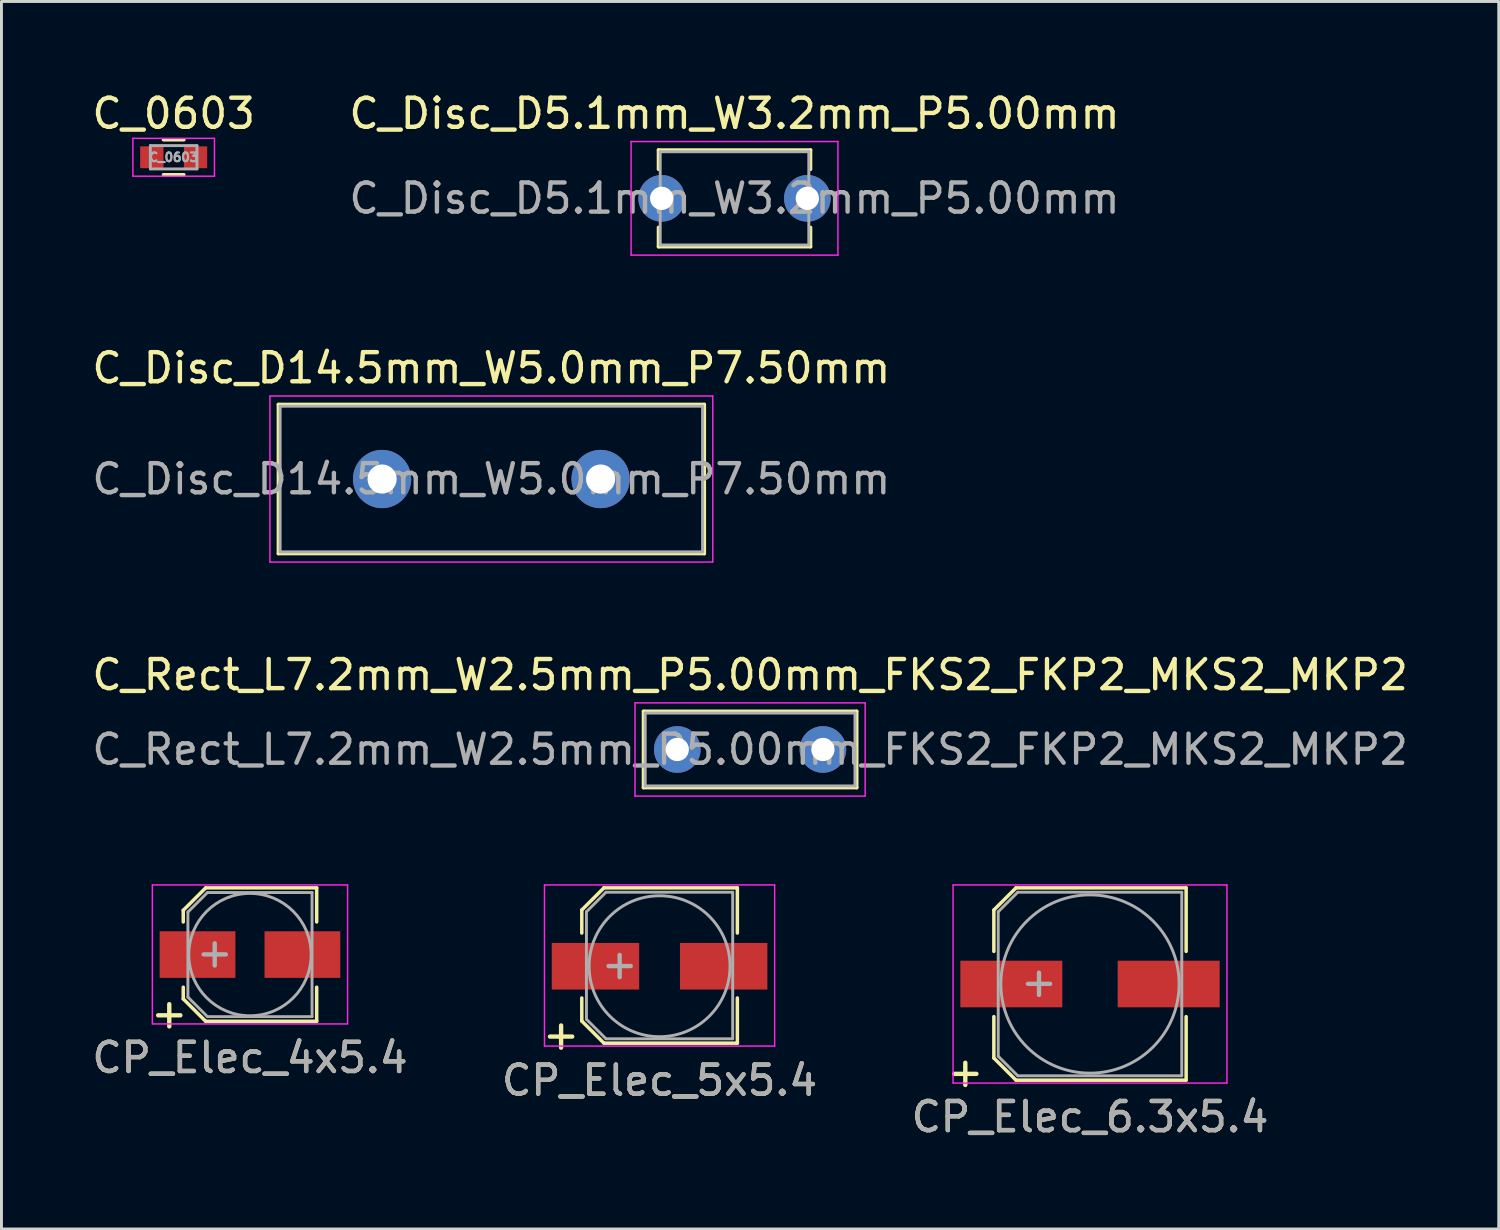
<source format=kicad_pcb>
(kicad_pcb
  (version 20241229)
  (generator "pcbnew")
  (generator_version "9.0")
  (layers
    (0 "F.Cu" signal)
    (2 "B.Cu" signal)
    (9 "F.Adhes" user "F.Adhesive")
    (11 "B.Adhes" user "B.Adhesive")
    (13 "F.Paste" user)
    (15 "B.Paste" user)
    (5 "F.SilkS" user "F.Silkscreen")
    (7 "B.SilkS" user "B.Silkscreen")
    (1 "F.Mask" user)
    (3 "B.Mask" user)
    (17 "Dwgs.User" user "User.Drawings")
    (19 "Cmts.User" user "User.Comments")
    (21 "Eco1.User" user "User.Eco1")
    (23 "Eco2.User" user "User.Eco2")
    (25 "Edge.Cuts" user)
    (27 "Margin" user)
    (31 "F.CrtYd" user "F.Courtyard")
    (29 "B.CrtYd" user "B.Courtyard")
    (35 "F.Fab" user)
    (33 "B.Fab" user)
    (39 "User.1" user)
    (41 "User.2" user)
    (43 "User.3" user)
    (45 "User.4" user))
  (footprint "C_Rect_L7.2mm_W2.5mm_P5.00mm_FKS2_FKP2_MKS2_MKP2"
    (layer "F.Cu")
    (at 20.196 22.675)
    (property "Reference" "C_Rect_L7.2mm_W2.5mm_P5.00mm_FKS2_FKP2_MKS2_MKP2" (at 2.5 -2.56 0) (layer "F.SilkS") (effects (font (size 1 1) (thickness 0.15))))
    (attr through_hole)
    (fp_line (start -1.16 -1.31) (end -1.16 1.31) (stroke (width 0.12) (type solid)) (layer "F.SilkS"))
    (fp_line (start -1.16 -1.31) (end 6.16 -1.31) (stroke (width 0.12) (type solid)) (layer "F.SilkS"))
    (fp_line (start -1.16 1.31) (end 6.16 1.31) (stroke (width 0.12) (type solid)) (layer "F.SilkS"))
    (fp_line (start 6.16 -1.31) (end 6.16 1.31) (stroke (width 0.12) (type solid)) (layer "F.SilkS"))
    (fp_line (start -1.45 -1.6) (end -1.45 1.6) (stroke (width 0.05) (type solid)) (layer "F.CrtYd"))
    (fp_line (start -1.45 1.6) (end 6.45 1.6) (stroke (width 0.05) (type solid)) (layer "F.CrtYd"))
    (fp_line (start 6.45 -1.6) (end -1.45 -1.6) (stroke (width 0.05) (type solid)) (layer "F.CrtYd"))
    (fp_line (start 6.45 1.6) (end 6.45 -1.6) (stroke (width 0.05) (type solid)) (layer "F.CrtYd"))
    (fp_line (start -1.1 -1.25) (end -1.1 1.25) (stroke (width 0.1) (type solid)) (layer "F.Fab"))
    (fp_line (start -1.1 1.25) (end 6.1 1.25) (stroke (width 0.1) (type solid)) (layer "F.Fab"))
    (fp_line (start 6.1 -1.25) (end -1.1 -1.25) (stroke (width 0.1) (type solid)) (layer "F.Fab"))
    (fp_line (start 6.1 1.25) (end 6.1 -1.25) (stroke (width 0.1) (type solid)) (layer "F.Fab"))
    (fp_text user "${REFERENCE}" (at 2.5 0 0) (layer "F.Fab") (effects (font (size 1 1) (thickness 0.15))))
    (pad "1" thru_hole circle (at 0 0) (size 1.6 1.6) (drill 0.8) (layers "*.Cu" "*.Mask"))
    (pad "2" thru_hole circle (at 5 0) (size 1.6 1.6) (drill 0.8) (layers "*.Cu" "*.Mask")))
  (footprint "C_Disc_D5.1mm_W3.2mm_P5.00mm"
    (layer "F.Cu")
    (at 19.661 3.758)
    (property "Reference" "C_Disc_D5.1mm_W3.2mm_P5.00mm" (at 2.5 -2.91 0) (layer "F.SilkS") (effects (font (size 1 1) (thickness 0.15))))
    (attr through_hole)
    (fp_line (start -0.11 -1.66) (end -0.11 -0.996) (stroke (width 0.12) (type solid)) (layer "F.SilkS"))
    (fp_line (start -0.11 -1.66) (end 5.11 -1.66) (stroke (width 0.12) (type solid)) (layer "F.SilkS"))
    (fp_line (start -0.11 0.996) (end -0.11 1.66) (stroke (width 0.12) (type solid)) (layer "F.SilkS"))
    (fp_line (start -0.11 1.66) (end 5.11 1.66) (stroke (width 0.12) (type solid)) (layer "F.SilkS"))
    (fp_line (start 5.11 -1.66) (end 5.11 -0.996) (stroke (width 0.12) (type solid)) (layer "F.SilkS"))
    (fp_line (start 5.11 0.996) (end 5.11 1.66) (stroke (width 0.12) (type solid)) (layer "F.SilkS"))
    (fp_line (start -1.05 -1.95) (end -1.05 1.95) (stroke (width 0.05) (type solid)) (layer "F.CrtYd"))
    (fp_line (start -1.05 1.95) (end 6.05 1.95) (stroke (width 0.05) (type solid)) (layer "F.CrtYd"))
    (fp_line (start 6.05 -1.95) (end -1.05 -1.95) (stroke (width 0.05) (type solid)) (layer "F.CrtYd"))
    (fp_line (start 6.05 1.95) (end 6.05 -1.95) (stroke (width 0.05) (type solid)) (layer "F.CrtYd"))
    (fp_line (start -0.05 -1.6) (end -0.05 1.6) (stroke (width 0.1) (type solid)) (layer "F.Fab"))
    (fp_line (start -0.05 1.6) (end 5.05 1.6) (stroke (width 0.1) (type solid)) (layer "F.Fab"))
    (fp_line (start 5.05 -1.6) (end -0.05 -1.6) (stroke (width 0.1) (type solid)) (layer "F.Fab"))
    (fp_line (start 5.05 1.6) (end 5.05 -1.6) (stroke (width 0.1) (type solid)) (layer "F.Fab"))
    (fp_text user "${REFERENCE}" (at 2.5 0 0) (layer "F.Fab") (effects (font (size 1 1) (thickness 0.15))))
    (pad "1" thru_hole circle (at 0 0) (size 1.6 1.6) (drill 0.8) (layers "*.Cu" "*.Mask"))
    (pad "2" thru_hole circle (at 5 0) (size 1.6 1.6) (drill 0.8) (layers "*.Cu" "*.Mask")))
  (footprint "CP_Elec_5x5.4"
    (layer "F.Cu")
    (at 19.589 30.115)
    (property "Reference" "CP_Elec_5x5.4" (at 0 3.92 0) (layer "F.SilkS") (effects (font (size 1 1) (thickness 0.15))))
    (attr smd)
    (fp_line (start -2.67 -1.93) (end -2.67 -1.14) (stroke (width 0.12) (type solid)) (layer "F.SilkS"))
    (fp_line (start -2.67 1.88) (end -2.67 1.09) (stroke (width 0.12) (type solid)) (layer "F.SilkS"))
    (fp_line (start -2.67 1.88) (end -1.91 2.64) (stroke (width 0.12) (type solid)) (layer "F.SilkS"))
    (fp_line (start -1.91 -2.69) (end -2.67 -1.93) (stroke (width 0.12) (type solid)) (layer "F.SilkS"))
    (fp_line (start -1.91 2.64) (end 2.67 2.64) (stroke (width 0.12) (type solid)) (layer "F.SilkS"))
    (fp_line (start 2.67 -2.69) (end -1.91 -2.69) (stroke (width 0.12) (type solid)) (layer "F.SilkS"))
    (fp_line (start 2.67 -2.69) (end 2.67 -1.14) (stroke (width 0.12) (type solid)) (layer "F.SilkS"))
    (fp_line (start 2.67 2.64) (end 2.67 1.09) (stroke (width 0.12) (type solid)) (layer "F.SilkS"))
    (fp_line (start -3.95 -2.79) (end -3.95 2.74) (stroke (width 0.05) (type solid)) (layer "F.CrtYd"))
    (fp_line (start -3.95 -2.79) (end 3.95 -2.79) (stroke (width 0.05) (type solid)) (layer "F.CrtYd"))
    (fp_line (start 3.95 2.74) (end -3.95 2.74) (stroke (width 0.05) (type solid)) (layer "F.CrtYd"))
    (fp_line (start 3.95 2.74) (end 3.95 -2.79) (stroke (width 0.05) (type solid)) (layer "F.CrtYd"))
    (fp_line (start -2.51 -1.87) (end -2.51 1.82) (stroke (width 0.1) (type solid)) (layer "F.Fab"))
    (fp_line (start -2.51 1.82) (end -1.84 2.49) (stroke (width 0.1) (type solid)) (layer "F.Fab"))
    (fp_line (start -1.84 -2.54) (end -2.51 -1.87) (stroke (width 0.1) (type solid)) (layer "F.Fab"))
    (fp_line (start -1.84 2.49) (end 2.51 2.49) (stroke (width 0.1) (type solid)) (layer "F.Fab"))
    (fp_line (start 2.51 -2.54) (end -1.84 -2.54) (stroke (width 0.1) (type solid)) (layer "F.Fab"))
    (fp_line (start 2.51 2.49) (end 2.51 -2.54) (stroke (width 0.1) (type solid)) (layer "F.Fab"))
    (fp_circle (center 0 0) (end 0.3 2.4) (stroke (width 0.1) (type solid)) (fill no) (layer "F.Fab"))
    (fp_text user "+" (at -3.38 2.34 0) (layer "F.SilkS") (effects (font (size 1 1) (thickness 0.15))))
    (fp_text user "+" (at -1.37 -0.08 0) (layer "F.Fab") (effects (font (size 1 1) (thickness 0.15))))
    (fp_text user "${REFERENCE}" (at 0 3.92 0) (layer "F.Fab") (effects (font (size 1 1) (thickness 0.15))))
    (pad "1" smd rect (at -2.2 0 180) (size 3 1.6) (layers "F.Cu" "F.Mask" "F.Paste"))
    (pad "2" smd rect (at 2.2 0 180) (size 3 1.6) (layers "F.Cu" "F.Mask" "F.Paste")))
  (footprint "CP_Elec_6.3x5.4"
    (layer "F.Cu")
    (at 34.363 30.725)
    (property "Reference" "CP_Elec_6.3x5.4" (at 0 4.56 0) (layer "F.SilkS") (effects (font (size 1 1) (thickness 0.15))))
    (attr smd)
    (fp_line (start -3.3 -2.54) (end -3.3 -1.12) (stroke (width 0.12) (type solid)) (layer "F.SilkS"))
    (fp_line (start -3.3 -2.54) (end -2.54 -3.3) (stroke (width 0.12) (type solid)) (layer "F.SilkS"))
    (fp_line (start -3.3 2.54) (end -3.3 1.12) (stroke (width 0.12) (type solid)) (layer "F.SilkS"))
    (fp_line (start -2.54 -3.3) (end 3.3 -3.3) (stroke (width 0.12) (type solid)) (layer "F.SilkS"))
    (fp_line (start -2.54 3.3) (end -3.3 2.54) (stroke (width 0.12) (type solid)) (layer "F.SilkS"))
    (fp_line (start 3.3 -3.3) (end 3.3 -1.12) (stroke (width 0.12) (type solid)) (layer "F.SilkS"))
    (fp_line (start 3.3 3.3) (end -2.54 3.3) (stroke (width 0.12) (type solid)) (layer "F.SilkS"))
    (fp_line (start 3.3 3.3) (end 3.3 1.12) (stroke (width 0.12) (type solid)) (layer "F.SilkS"))
    (fp_line (start -4.7 -3.4) (end -4.7 3.4) (stroke (width 0.05) (type solid)) (layer "F.CrtYd"))
    (fp_line (start -4.7 -3.4) (end 4.7 -3.4) (stroke (width 0.05) (type solid)) (layer "F.CrtYd"))
    (fp_line (start 4.7 3.4) (end -4.7 3.4) (stroke (width 0.05) (type solid)) (layer "F.CrtYd"))
    (fp_line (start 4.7 3.4) (end 4.7 -3.4) (stroke (width 0.05) (type solid)) (layer "F.CrtYd"))
    (fp_line (start -3.15 -2.48) (end -3.15 2.48) (stroke (width 0.1) (type solid)) (layer "F.Fab"))
    (fp_line (start -3.15 2.48) (end -2.48 3.15) (stroke (width 0.1) (type solid)) (layer "F.Fab"))
    (fp_line (start -2.48 -3.15) (end -3.15 -2.48) (stroke (width 0.1) (type solid)) (layer "F.Fab"))
    (fp_line (start -2.48 3.15) (end 3.15 3.15) (stroke (width 0.1) (type solid)) (layer "F.Fab"))
    (fp_line (start 3.15 -3.15) (end -2.48 -3.15) (stroke (width 0.1) (type solid)) (layer "F.Fab"))
    (fp_line (start 3.15 3.15) (end 3.15 -3.15) (stroke (width 0.1) (type solid)) (layer "F.Fab"))
    (fp_circle (center 0 0) (end 0.6 3) (stroke (width 0.1) (type solid)) (fill no) (layer "F.Fab"))
    (fp_text user "+" (at -4.28 3.01 0) (layer "F.SilkS") (effects (font (size 1 1) (thickness 0.15))))
    (fp_text user "${REFERENCE}" (at 0 4.56 0) (layer "F.Fab") (effects (font (size 1 1) (thickness 0.15))))
    (fp_text user "+" (at -1.75 -0.08 0) (layer "F.Fab") (effects (font (size 1 1) (thickness 0.15))))
    (pad "1" smd rect (at -2.7 0 180) (size 3.5 1.6) (layers "F.Cu" "F.Mask" "F.Paste"))
    (pad "2" smd rect (at 2.7 0 180) (size 3.5 1.6) (layers "F.Cu" "F.Mask" "F.Paste")))
  (footprint "CP_Elec_4x5.4"
    (layer "F.Cu")
    (at 5.53 29.715)
    (property "Reference" "CP_Elec_4x5.4" (at 0 3.54 0) (layer "F.SilkS") (effects (font (size 1 1) (thickness 0.15))))
    (attr smd)
    (fp_line (start -2.29 -1.52) (end -2.29 -1.12) (stroke (width 0.12) (type solid)) (layer "F.SilkS"))
    (fp_line (start -2.29 1.52) (end -2.29 1.12) (stroke (width 0.12) (type solid)) (layer "F.SilkS"))
    (fp_line (start -1.52 -2.29) (end -2.29 -1.52) (stroke (width 0.12) (type solid)) (layer "F.SilkS"))
    (fp_line (start -1.52 -2.29) (end 2.29 -2.29) (stroke (width 0.12) (type solid)) (layer "F.SilkS"))
    (fp_line (start -1.52 2.29) (end -2.29 1.52) (stroke (width 0.12) (type solid)) (layer "F.SilkS"))
    (fp_line (start -1.52 2.29) (end 2.29 2.29) (stroke (width 0.12) (type solid)) (layer "F.SilkS"))
    (fp_line (start 2.29 -2.29) (end 2.29 -1.12) (stroke (width 0.12) (type solid)) (layer "F.SilkS"))
    (fp_line (start 2.29 2.29) (end 2.29 1.12) (stroke (width 0.12) (type solid)) (layer "F.SilkS"))
    (fp_line (start -3.35 -2.39) (end -3.35 2.38) (stroke (width 0.05) (type solid)) (layer "F.CrtYd"))
    (fp_line (start -3.35 -2.39) (end 3.35 -2.39) (stroke (width 0.05) (type solid)) (layer "F.CrtYd"))
    (fp_line (start 3.35 2.38) (end -3.35 2.38) (stroke (width 0.05) (type solid)) (layer "F.CrtYd"))
    (fp_line (start 3.35 2.38) (end 3.35 -2.39) (stroke (width 0.05) (type solid)) (layer "F.CrtYd"))
    (fp_line (start -2.13 -1.46) (end -2.13 1.46) (stroke (width 0.1) (type solid)) (layer "F.Fab"))
    (fp_line (start -2.13 1.46) (end -1.46 2.13) (stroke (width 0.1) (type solid)) (layer "F.Fab"))
    (fp_line (start -1.46 -2.13) (end -2.13 -1.46) (stroke (width 0.1) (type solid)) (layer "F.Fab"))
    (fp_line (start -1.46 2.13) (end 2.13 2.13) (stroke (width 0.1) (type solid)) (layer "F.Fab"))
    (fp_line (start 2.13 -2.13) (end -1.46 -2.13) (stroke (width 0.1) (type solid)) (layer "F.Fab"))
    (fp_line (start 2.13 2.13) (end 2.13 -2.13) (stroke (width 0.1) (type solid)) (layer "F.Fab"))
    (fp_circle (center 0 0) (end 0 2.1) (stroke (width 0.1) (type solid)) (fill no) (layer "F.Fab"))
    (fp_text user "+" (at -2.77 2.01 0) (layer "F.SilkS") (effects (font (size 1 1) (thickness 0.15))))
    (fp_text user "+" (at -1.21 -0.08 0) (layer "F.Fab") (effects (font (size 1 1) (thickness 0.15))))
    (fp_text user "${REFERENCE}" (at 0 3.54 0) (layer "F.Fab") (effects (font (size 1 1) (thickness 0.15))))
    (pad "1" smd rect (at -1.8 0 180) (size 2.6 1.6) (layers "F.Cu" "F.Mask" "F.Paste"))
    (pad "2" smd rect (at 1.8 0 180) (size 2.6 1.6) (layers "F.Cu" "F.Mask" "F.Paste")))
  (footprint "C_Disc_D14.5mm_W5.0mm_P7.50mm"
    (layer "F.Cu")
    (at 10.065 13.392)
    (property "Reference" "C_Disc_D14.5mm_W5.0mm_P7.50mm" (at 3.75 -3.81 0) (layer "F.SilkS") (effects (font (size 1 1) (thickness 0.15))))
    (attr through_hole)
    (fp_line (start -3.56 -2.56) (end -3.56 2.56) (stroke (width 0.12) (type solid)) (layer "F.SilkS"))
    (fp_line (start -3.56 -2.56) (end 11.06 -2.56) (stroke (width 0.12) (type solid)) (layer "F.SilkS"))
    (fp_line (start -3.56 2.56) (end 11.06 2.56) (stroke (width 0.12) (type solid)) (layer "F.SilkS"))
    (fp_line (start 11.06 -2.56) (end 11.06 2.56) (stroke (width 0.12) (type solid)) (layer "F.SilkS"))
    (fp_line (start -3.85 -2.85) (end -3.85 2.85) (stroke (width 0.05) (type solid)) (layer "F.CrtYd"))
    (fp_line (start -3.85 2.85) (end 11.35 2.85) (stroke (width 0.05) (type solid)) (layer "F.CrtYd"))
    (fp_line (start 11.35 -2.85) (end -3.85 -2.85) (stroke (width 0.05) (type solid)) (layer "F.CrtYd"))
    (fp_line (start 11.35 2.85) (end 11.35 -2.85) (stroke (width 0.05) (type solid)) (layer "F.CrtYd"))
    (fp_line (start -3.5 -2.5) (end -3.5 2.5) (stroke (width 0.1) (type solid)) (layer "F.Fab"))
    (fp_line (start -3.5 2.5) (end 11 2.5) (stroke (width 0.1) (type solid)) (layer "F.Fab"))
    (fp_line (start 11 -2.5) (end -3.5 -2.5) (stroke (width 0.1) (type solid)) (layer "F.Fab"))
    (fp_line (start 11 2.5) (end 11 -2.5) (stroke (width 0.1) (type solid)) (layer "F.Fab"))
    (fp_text user "${REFERENCE}" (at 3.75 0 0) (layer "F.Fab") (effects (font (size 1 1) (thickness 0.15))))
    (pad "1" thru_hole circle (at 0 0) (size 2 2) (drill 1) (layers "*.Cu" "*.Mask"))
    (pad "2" thru_hole circle (at 7.5 0) (size 2 2) (drill 1) (layers "*.Cu" "*.Mask")))
  (footprint "C_0603"
    (layer "F.Cu")
    (at 2.911 2.348)
    (property "Reference" "C_0603" (at 0 -1.5 0) (layer "F.SilkS") (effects (font (size 1 1) (thickness 0.15))))
    (attr smd)
    (fp_line (start -0.35 -0.6) (end 0.35 -0.6) (stroke (width 0.12) (type solid)) (layer "F.SilkS"))
    (fp_line (start 0.35 0.6) (end -0.35 0.6) (stroke (width 0.12) (type solid)) (layer "F.SilkS"))
    (fp_line (start -1.4 -0.65) (end -1.4 0.65) (stroke (width 0.05) (type solid)) (layer "F.CrtYd"))
    (fp_line (start -1.4 -0.65) (end 1.4 -0.65) (stroke (width 0.05) (type solid)) (layer "F.CrtYd"))
    (fp_line (start 1.4 0.65) (end -1.4 0.65) (stroke (width 0.05) (type solid)) (layer "F.CrtYd"))
    (fp_line (start 1.4 0.65) (end 1.4 -0.65) (stroke (width 0.05) (type solid)) (layer "F.CrtYd"))
    (fp_line (start -0.8 -0.4) (end 0.8 -0.4) (stroke (width 0.1) (type solid)) (layer "F.Fab"))
    (fp_line (start -0.8 0.4) (end -0.8 -0.4) (stroke (width 0.1) (type solid)) (layer "F.Fab"))
    (fp_line (start 0.8 -0.4) (end 0.8 0.4) (stroke (width 0.1) (type solid)) (layer "F.Fab"))
    (fp_line (start 0.8 0.4) (end -0.8 0.4) (stroke (width 0.1) (type solid)) (layer "F.Fab"))
    (fp_text user "${REFERENCE}" (at 0 0 0) (layer "F.Fab") (effects (font (size 0.3 0.3) (thickness 0.075))))
    (pad "1" smd rect (at -0.75 0) (size 0.8 0.75) (layers "F.Cu" "F.Mask" "F.Paste"))
    (pad "2" smd rect (at 0.75 0) (size 0.8 0.75) (layers "F.Cu" "F.Mask" "F.Paste")))
  (gr_rect
    (start -3 -3)
    (end 48.393 39.133)
    (stroke (width 0.1) (type default))
    (fill no)
    (layer "Edge.Cuts")))
</source>
